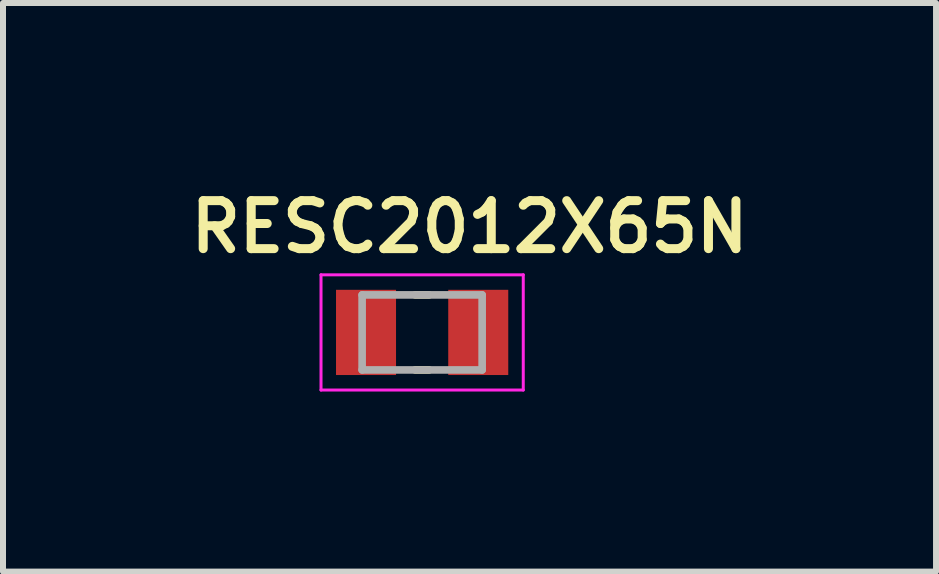
<source format=kicad_pcb>
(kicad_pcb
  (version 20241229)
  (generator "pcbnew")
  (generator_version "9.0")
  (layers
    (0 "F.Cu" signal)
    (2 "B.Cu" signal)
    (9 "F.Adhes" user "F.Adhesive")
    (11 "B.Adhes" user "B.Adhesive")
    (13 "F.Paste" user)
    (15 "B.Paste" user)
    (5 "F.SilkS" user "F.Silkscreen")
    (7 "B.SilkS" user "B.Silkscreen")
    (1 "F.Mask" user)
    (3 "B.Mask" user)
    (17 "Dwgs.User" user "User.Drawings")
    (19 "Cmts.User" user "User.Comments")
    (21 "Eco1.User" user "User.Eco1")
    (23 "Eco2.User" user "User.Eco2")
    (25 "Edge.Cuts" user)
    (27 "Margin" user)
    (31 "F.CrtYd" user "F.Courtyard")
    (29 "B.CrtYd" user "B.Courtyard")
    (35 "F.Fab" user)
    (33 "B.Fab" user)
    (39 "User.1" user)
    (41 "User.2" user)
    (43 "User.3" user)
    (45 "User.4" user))
  (footprint "RESC2012X65N"
    (layer "F.Cu")
    (at 3.984 2.489)
    (property "Reference" "RESC2012X65N" (at 0.79 -1.758 0) (layer "F.SilkS") (effects (font (size 0.8 0.8) (thickness 0.15))))
    (attr smd)
    (fp_line (start -0.115 -0.625) (end 0.115 -0.625) (stroke (width 0.127) (type solid)) (layer "F.SilkS"))
    (fp_line (start -0.115 0.625) (end 0.115 0.625) (stroke (width 0.127) (type solid)) (layer "F.SilkS"))
    (fp_line (start -1.685 -0.96) (end 1.685 -0.96) (stroke (width 0.05) (type solid)) (layer "F.CrtYd"))
    (fp_line (start -1.685 0.96) (end -1.685 -0.96) (stroke (width 0.05) (type solid)) (layer "F.CrtYd"))
    (fp_line (start 1.685 -0.96) (end 1.685 0.96) (stroke (width 0.05) (type solid)) (layer "F.CrtYd"))
    (fp_line (start 1.685 0.96) (end -1.685 0.96) (stroke (width 0.05) (type solid)) (layer "F.CrtYd"))
    (fp_line (start -1 -0.625) (end 1 -0.625) (stroke (width 0.127) (type solid)) (layer "F.Fab"))
    (fp_line (start -1 0.625) (end -1 -0.625) (stroke (width 0.127) (type solid)) (layer "F.Fab"))
    (fp_line (start 1 -0.625) (end 1 0.625) (stroke (width 0.127) (type solid)) (layer "F.Fab"))
    (fp_line (start 1 0.625) (end -1 0.625) (stroke (width 0.127) (type solid)) (layer "F.Fab"))
    (pad "1" smd rect (at -0.935 0) (size 1 1.42) (layers "F.Cu" "F.Mask" "F.Paste"))
    (pad "2" smd rect (at 0.935 0) (size 1 1.42) (layers "F.Cu" "F.Mask" "F.Paste")))
  (gr_rect
    (start -3 -3)
    (end 12.547 6.474)
    (stroke (width 0.1) (type default))
    (fill no)
    (layer "Edge.Cuts")))
</source>
